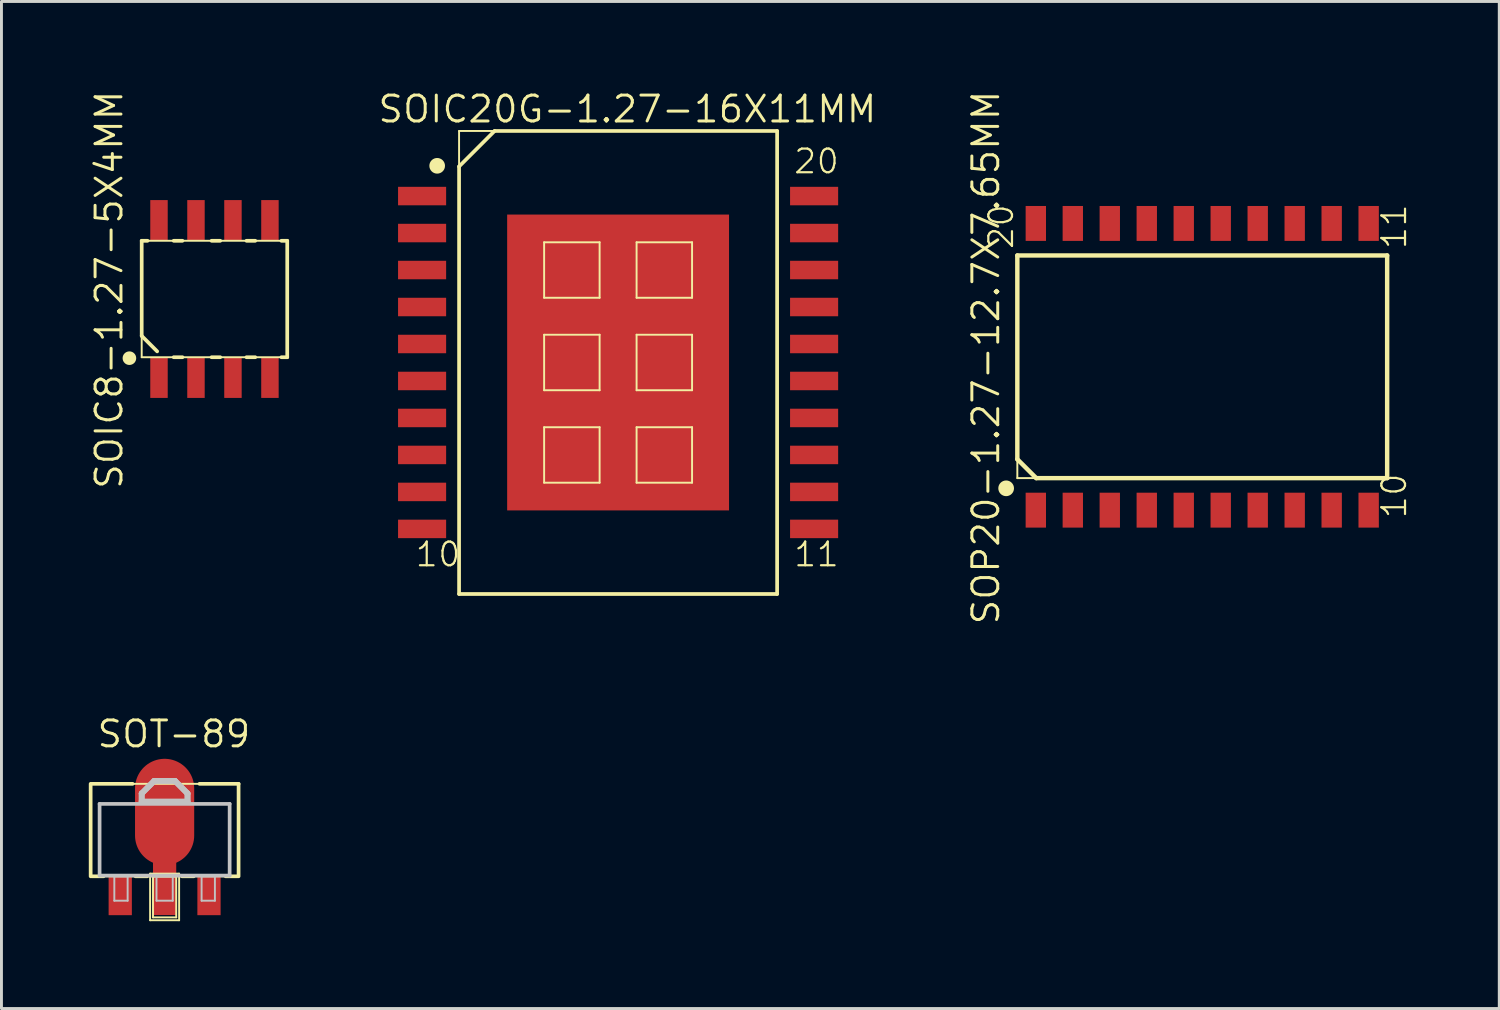
<source format=kicad_pcb>
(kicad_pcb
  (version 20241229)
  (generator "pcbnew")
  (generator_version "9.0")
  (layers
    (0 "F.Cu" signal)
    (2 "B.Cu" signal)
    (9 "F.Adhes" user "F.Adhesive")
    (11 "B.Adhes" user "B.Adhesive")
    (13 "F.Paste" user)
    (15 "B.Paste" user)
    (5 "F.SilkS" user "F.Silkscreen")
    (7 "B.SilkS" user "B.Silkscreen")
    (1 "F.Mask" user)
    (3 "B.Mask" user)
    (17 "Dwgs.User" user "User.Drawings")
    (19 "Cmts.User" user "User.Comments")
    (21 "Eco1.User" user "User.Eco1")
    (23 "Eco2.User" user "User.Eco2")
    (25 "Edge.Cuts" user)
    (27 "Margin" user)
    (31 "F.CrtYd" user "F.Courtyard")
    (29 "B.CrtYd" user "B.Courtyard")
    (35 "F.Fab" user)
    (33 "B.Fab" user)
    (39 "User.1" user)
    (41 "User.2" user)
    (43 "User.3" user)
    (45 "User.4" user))
  (footprint "SOIC8-1.27-5X4MM"
    (layer "F.Cu")
    (at 4.315 7.218)
    (property "Reference" "SOIC8-1.27-5X4MM" (at -3.617 -0.318 90) (layer "F.SilkS") (effects (font (size 0.889 0.889) (thickness 0.102))))
    (attr smd)
    (fp_line (start -2.499 -1.999) (end -2.299 -1.999) (stroke (width 0.127) (type solid)) (layer "F.SilkS"))
    (fp_line (start -2.499 -1.999) (end 2.499 -1.999) (stroke (width 0.066) (type solid)) (layer "F.SilkS"))
    (fp_line (start -2.499 1.267) (end -2.499 -1.999) (stroke (width 0.127) (type solid)) (layer "F.SilkS"))
    (fp_line (start -2.499 1.999) (end -2.499 -1.999) (stroke (width 0.066) (type solid)) (layer "F.SilkS"))
    (fp_line (start -2.499 1.999) (end 2.499 1.999) (stroke (width 0.066) (type solid)) (layer "F.SilkS"))
    (fp_line (start -1.968 1.798) (end -2.499 1.267) (stroke (width 0.127) (type solid)) (layer "F.SilkS"))
    (fp_line (start -1.4 -1.999) (end -1.1 -1.999) (stroke (width 0.127) (type solid)) (layer "F.SilkS"))
    (fp_line (start -1.4 1.999) (end -1.1 1.999) (stroke (width 0.127) (type solid)) (layer "F.SilkS"))
    (fp_line (start -0.099 -1.999) (end 0.198 -1.999) (stroke (width 0.127) (type solid)) (layer "F.SilkS"))
    (fp_line (start -0.099 1.999) (end 0.198 1.999) (stroke (width 0.127) (type solid)) (layer "F.SilkS"))
    (fp_line (start 1.1 -1.999) (end 1.4 -1.999) (stroke (width 0.127) (type solid)) (layer "F.SilkS"))
    (fp_line (start 1.1 1.999) (end 1.4 1.999) (stroke (width 0.127) (type solid)) (layer "F.SilkS"))
    (fp_line (start 2.299 -1.999) (end 2.499 -1.999) (stroke (width 0.127) (type solid)) (layer "F.SilkS"))
    (fp_line (start 2.299 1.999) (end 2.499 1.999) (stroke (width 0.127) (type solid)) (layer "F.SilkS"))
    (fp_line (start 2.499 -1.999) (end 2.499 1.999) (stroke (width 0.127) (type solid)) (layer "F.SilkS"))
    (fp_line (start 2.499 1.999) (end 2.499 -1.999) (stroke (width 0.066) (type solid)) (layer "F.SilkS"))
    (fp_circle (center -2.921 2.032) (end -3.086 2.197) (stroke (width 0) (type solid)) (fill yes) (layer "F.SilkS"))
    (pad "1" smd rect (at -1.905 2.697 90) (size 1.4 0.599) (layers "F.Cu" "F.Mask" "F.Paste"))
    (pad "2" smd rect (at -0.635 2.697 90) (size 1.4 0.599) (layers "F.Cu" "F.Mask" "F.Paste"))
    (pad "3" smd rect (at 0.635 2.697 90) (size 1.4 0.599) (layers "F.Cu" "F.Mask" "F.Paste"))
    (pad "4" smd rect (at 1.905 2.697 90) (size 1.4 0.599) (layers "F.Cu" "F.Mask" "F.Paste"))
    (pad "5" smd rect (at 1.905 -2.697 90) (size 1.4 0.599) (layers "F.Cu" "F.Mask" "F.Paste"))
    (pad "6" smd rect (at 0.635 -2.697 90) (size 1.4 0.599) (layers "F.Cu" "F.Mask" "F.Paste"))
    (pad "7" smd rect (at -0.635 -2.697 90) (size 1.4 0.599) (layers "F.Cu" "F.Mask" "F.Paste"))
    (pad "8" smd rect (at -1.905 -2.697 90) (size 1.4 0.599) (layers "F.Cu" "F.Mask" "F.Paste")))
  (footprint "SOIC20G-1.27-16X11MM"
    (layer "F.Cu")
    (at 18.176 9.398)
    (property "Reference" "SOIC20G-1.27-16X11MM" (at 0.318 -8.7 0) (layer "F.SilkS") (effects (font (size 0.889 0.889) (thickness 0.102))))
    (attr smd)
    (fp_line (start -5.461 -7.95) (end 5.461 -7.95) (stroke (width 0.066) (type solid)) (layer "F.SilkS"))
    (fp_line (start -5.461 -6.731) (end -5.461 7.95) (stroke (width 0.127) (type solid)) (layer "F.SilkS"))
    (fp_line (start -5.461 -6.731) (end -4.242 -7.95) (stroke (width 0.127) (type solid)) (layer "F.SilkS"))
    (fp_line (start -5.461 7.95) (end -5.461 -7.95) (stroke (width 0.066) (type solid)) (layer "F.SilkS"))
    (fp_line (start -5.461 7.95) (end 5.461 7.95) (stroke (width 0.066) (type solid)) (layer "F.SilkS"))
    (fp_line (start -5.461 7.95) (end 5.461 7.95) (stroke (width 0.127) (type solid)) (layer "F.SilkS"))
    (fp_line (start -2.54 -4.128) (end -0.635 -4.128) (stroke (width 0.066) (type solid)) (layer "F.SilkS"))
    (fp_line (start -2.54 -2.223) (end -2.54 -4.128) (stroke (width 0.066) (type solid)) (layer "F.SilkS"))
    (fp_line (start -2.54 -2.223) (end -0.635 -2.223) (stroke (width 0.066) (type solid)) (layer "F.SilkS"))
    (fp_line (start -2.54 -0.953) (end -0.635 -0.953) (stroke (width 0.066) (type solid)) (layer "F.SilkS"))
    (fp_line (start -2.54 0.953) (end -2.54 -0.953) (stroke (width 0.066) (type solid)) (layer "F.SilkS"))
    (fp_line (start -2.54 0.953) (end -0.635 0.953) (stroke (width 0.066) (type solid)) (layer "F.SilkS"))
    (fp_line (start -2.54 2.223) (end -0.635 2.223) (stroke (width 0.066) (type solid)) (layer "F.SilkS"))
    (fp_line (start -2.54 4.128) (end -2.54 2.223) (stroke (width 0.066) (type solid)) (layer "F.SilkS"))
    (fp_line (start -2.54 4.128) (end -0.635 4.128) (stroke (width 0.066) (type solid)) (layer "F.SilkS"))
    (fp_line (start -0.635 -2.223) (end -0.635 -4.128) (stroke (width 0.066) (type solid)) (layer "F.SilkS"))
    (fp_line (start -0.635 0.953) (end -0.635 -0.953) (stroke (width 0.066) (type solid)) (layer "F.SilkS"))
    (fp_line (start -0.635 4.128) (end -0.635 2.223) (stroke (width 0.066) (type solid)) (layer "F.SilkS"))
    (fp_line (start 0.635 -4.128) (end 2.54 -4.128) (stroke (width 0.066) (type solid)) (layer "F.SilkS"))
    (fp_line (start 0.635 -2.223) (end 0.635 -4.128) (stroke (width 0.066) (type solid)) (layer "F.SilkS"))
    (fp_line (start 0.635 -2.223) (end 2.54 -2.223) (stroke (width 0.066) (type solid)) (layer "F.SilkS"))
    (fp_line (start 0.635 -0.953) (end 2.54 -0.953) (stroke (width 0.066) (type solid)) (layer "F.SilkS"))
    (fp_line (start 0.635 0.953) (end 0.635 -0.953) (stroke (width 0.066) (type solid)) (layer "F.SilkS"))
    (fp_line (start 0.635 0.953) (end 2.54 0.953) (stroke (width 0.066) (type solid)) (layer "F.SilkS"))
    (fp_line (start 0.635 2.223) (end 2.54 2.223) (stroke (width 0.066) (type solid)) (layer "F.SilkS"))
    (fp_line (start 0.635 4.128) (end 0.635 2.223) (stroke (width 0.066) (type solid)) (layer "F.SilkS"))
    (fp_line (start 0.635 4.128) (end 2.54 4.128) (stroke (width 0.066) (type solid)) (layer "F.SilkS"))
    (fp_line (start 2.54 -2.223) (end 2.54 -4.128) (stroke (width 0.066) (type solid)) (layer "F.SilkS"))
    (fp_line (start 2.54 0.953) (end 2.54 -0.953) (stroke (width 0.066) (type solid)) (layer "F.SilkS"))
    (fp_line (start 2.54 4.128) (end 2.54 2.223) (stroke (width 0.066) (type solid)) (layer "F.SilkS"))
    (fp_line (start 5.461 -7.95) (end -4.242 -7.95) (stroke (width 0.127) (type solid)) (layer "F.SilkS"))
    (fp_line (start 5.461 -7.95) (end 5.461 7.95) (stroke (width 0.127) (type solid)) (layer "F.SilkS"))
    (fp_line (start 5.461 7.95) (end 5.461 -7.95) (stroke (width 0.066) (type solid)) (layer "F.SilkS"))
    (fp_circle (center -6.213 -6.754) (end -6.403 -6.944) (stroke (width 0) (type solid)) (fill yes) (layer "F.SilkS"))
    (fp_text user "11" (at 6.812 6.591 0) (layer "F.SilkS") (effects (font (size 0.813 0.813) (thickness 0.076))))
    (fp_text user "20" (at 6.812 -6.906 0) (layer "F.SilkS") (effects (font (size 0.813 0.813) (thickness 0.076))))
    (fp_text user "10" (at -6.185 6.591 0) (layer "F.SilkS") (effects (font (size 0.813 0.813) (thickness 0.076))))
    (pad "1" smd rect (at -6.731 -5.715) (size 1.651 0.635) (layers "F.Cu" "F.Mask" "F.Paste"))
    (pad "2" smd rect (at -6.731 -4.445) (size 1.651 0.635) (layers "F.Cu" "F.Mask" "F.Paste"))
    (pad "3" smd rect (at -6.731 -3.175) (size 1.651 0.635) (layers "F.Cu" "F.Mask" "F.Paste"))
    (pad "4" smd rect (at -6.731 -1.905) (size 1.651 0.635) (layers "F.Cu" "F.Mask" "F.Paste"))
    (pad "5" smd rect (at -6.731 -0.635) (size 1.651 0.635) (layers "F.Cu" "F.Mask" "F.Paste"))
    (pad "6" smd rect (at -6.731 0.635) (size 1.651 0.635) (layers "F.Cu" "F.Mask" "F.Paste"))
    (pad "7" smd rect (at -6.731 1.905) (size 1.651 0.635) (layers "F.Cu" "F.Mask" "F.Paste"))
    (pad "8" smd rect (at -6.731 3.175) (size 1.651 0.635) (layers "F.Cu" "F.Mask" "F.Paste"))
    (pad "9" smd rect (at -6.731 4.445) (size 1.651 0.635) (layers "F.Cu" "F.Mask" "F.Paste"))
    (pad "10" smd rect (at -6.731 5.715) (size 1.651 0.635) (layers "F.Cu" "F.Mask" "F.Paste"))
    (pad "11" smd rect (at 6.731 5.715) (size 1.651 0.635) (layers "F.Cu" "F.Mask" "F.Paste"))
    (pad "12" smd rect (at 6.731 4.445) (size 1.651 0.635) (layers "F.Cu" "F.Mask" "F.Paste"))
    (pad "13" smd rect (at 6.731 3.175) (size 1.651 0.635) (layers "F.Cu" "F.Mask" "F.Paste"))
    (pad "14" smd rect (at 6.731 1.905) (size 1.651 0.635) (layers "F.Cu" "F.Mask" "F.Paste"))
    (pad "15" smd rect (at 6.731 0.635) (size 1.651 0.635) (layers "F.Cu" "F.Mask" "F.Paste"))
    (pad "16" smd rect (at 6.731 -0.635) (size 1.651 0.635) (layers "F.Cu" "F.Mask" "F.Paste"))
    (pad "17" smd rect (at 6.731 -1.905) (size 1.651 0.635) (layers "F.Cu" "F.Mask" "F.Paste"))
    (pad "18" smd rect (at 6.731 -3.175) (size 1.651 0.635) (layers "F.Cu" "F.Mask" "F.Paste"))
    (pad "19" smd rect (at 6.731 -4.445) (size 1.651 0.635) (layers "F.Cu" "F.Mask" "F.Paste"))
    (pad "20" smd rect (at 6.731 -5.715) (size 1.651 0.635) (layers "F.Cu" "F.Mask" "F.Paste"))
    (pad "THER" smd rect (at 0 0 90) (size 10.16 7.62) (layers "F.Cu" "F.Mask" "F.Paste")))
  (footprint "SOP20-1.27-12.7X7.65MM"
    (layer "F.Cu")
    (at 38.236 9.546)
    (property "Reference" "SOP20-1.27-12.7X7.65MM" (at -7.429 -0.318 90) (layer "F.SilkS") (effects (font (size 0.889 0.889) (thickness 0.102))))
    (attr smd)
    (fp_line (start -6.35 -3.823) (end -6.35 3.175) (stroke (width 0.152) (type solid)) (layer "F.SilkS"))
    (fp_line (start -6.35 -3.823) (end 6.35 -3.823) (stroke (width 0.066) (type solid)) (layer "F.SilkS"))
    (fp_line (start -6.35 3.175) (end -5.7 3.823) (stroke (width 0.152) (type solid)) (layer "F.SilkS"))
    (fp_line (start -6.35 3.823) (end -6.35 -3.823) (stroke (width 0.066) (type solid)) (layer "F.SilkS"))
    (fp_line (start -6.35 3.823) (end 6.35 3.823) (stroke (width 0.066) (type solid)) (layer "F.SilkS"))
    (fp_line (start -5.7 3.823) (end 6.35 3.823) (stroke (width 0.152) (type solid)) (layer "F.SilkS"))
    (fp_line (start 6.35 -3.823) (end -6.35 -3.823) (stroke (width 0.152) (type solid)) (layer "F.SilkS"))
    (fp_line (start 6.35 3.823) (end 6.35 -3.823) (stroke (width 0.066) (type solid)) (layer "F.SilkS"))
    (fp_line (start 6.35 3.823) (end 6.35 -3.823) (stroke (width 0.152) (type solid)) (layer "F.SilkS"))
    (fp_circle (center -6.734 4.173) (end -6.924 4.364) (stroke (width 0) (type solid)) (fill yes) (layer "F.SilkS"))
    (fp_text user "20" (at -6.906 -4.811 90) (layer "F.SilkS") (effects (font (size 0.813 0.813) (thickness 0.076))))
    (fp_text user "11" (at 6.591 -4.811 90) (layer "F.SilkS") (effects (font (size 0.813 0.813) (thickness 0.076))))
    (fp_text user "10" (at 6.591 4.435 90) (layer "F.SilkS") (effects (font (size 0.813 0.813) (thickness 0.076))))
    (pad "1" smd rect (at -5.715 4.923) (size 0.699 1.199) (layers "F.Cu" "F.Mask" "F.Paste"))
    (pad "2" smd rect (at -4.445 4.923) (size 0.699 1.199) (layers "F.Cu" "F.Mask" "F.Paste"))
    (pad "3" smd rect (at -3.175 4.923) (size 0.699 1.199) (layers "F.Cu" "F.Mask" "F.Paste"))
    (pad "4" smd rect (at -1.905 4.923) (size 0.699 1.199) (layers "F.Cu" "F.Mask" "F.Paste"))
    (pad "5" smd rect (at -0.635 4.923) (size 0.699 1.199) (layers "F.Cu" "F.Mask" "F.Paste"))
    (pad "6" smd rect (at 0.635 4.923) (size 0.699 1.199) (layers "F.Cu" "F.Mask" "F.Paste"))
    (pad "7" smd rect (at 1.905 4.923) (size 0.699 1.199) (layers "F.Cu" "F.Mask" "F.Paste"))
    (pad "8" smd rect (at 3.175 4.923) (size 0.699 1.199) (layers "F.Cu" "F.Mask" "F.Paste"))
    (pad "9" smd rect (at 4.445 4.923) (size 0.699 1.199) (layers "F.Cu" "F.Mask" "F.Paste"))
    (pad "10" smd rect (at 5.715 4.923) (size 0.699 1.199) (layers "F.Cu" "F.Mask" "F.Paste"))
    (pad "11" smd rect (at 5.715 -4.923) (size 0.699 1.199) (layers "F.Cu" "F.Mask" "F.Paste"))
    (pad "12" smd rect (at 4.445 -4.923) (size 0.699 1.199) (layers "F.Cu" "F.Mask" "F.Paste"))
    (pad "13" smd rect (at 3.175 -4.923) (size 0.699 1.199) (layers "F.Cu" "F.Mask" "F.Paste"))
    (pad "14" smd rect (at 1.905 -4.923) (size 0.699 1.199) (layers "F.Cu" "F.Mask" "F.Paste"))
    (pad "15" smd rect (at 0.635 -4.923) (size 0.699 1.199) (layers "F.Cu" "F.Mask" "F.Paste"))
    (pad "16" smd rect (at -0.635 -4.923) (size 0.699 1.199) (layers "F.Cu" "F.Mask" "F.Paste"))
    (pad "17" smd rect (at -1.905 -4.923) (size 0.699 1.199) (layers "F.Cu" "F.Mask" "F.Paste"))
    (pad "18" smd rect (at -3.175 -4.923) (size 0.699 1.199) (layers "F.Cu" "F.Mask" "F.Paste"))
    (pad "19" smd rect (at -4.445 -4.923) (size 0.699 1.199) (layers "F.Cu" "F.Mask" "F.Paste"))
    (pad "20" smd rect (at -5.715 -4.923) (size 0.699 1.199) (layers "F.Cu" "F.Mask" "F.Paste")))
  (footprint "SOT-89"
    (layer "F.Cu")
    (at 2.603 25.773)
    (property "Reference" "SOT-89" (at 0.318 -3.617 0) (layer "F.SilkS") (effects (font (size 0.889 0.889) (thickness 0.102))))
    (attr smd)
    (fp_line (start -2.54 -1.905) (end 2.54 -1.905) (stroke (width 0.066) (type solid)) (layer "F.SilkS"))
    (fp_line (start -2.54 1.27) (end -2.54 -1.905) (stroke (width 0.066) (type solid)) (layer "F.SilkS"))
    (fp_line (start -2.54 1.27) (end -2.54 -1.905) (stroke (width 0.127) (type solid)) (layer "F.SilkS"))
    (fp_line (start -2.54 1.27) (end 2.54 1.27) (stroke (width 0.066) (type solid)) (layer "F.SilkS"))
    (fp_line (start -2.098 1.27) (end -2.499 1.27) (stroke (width 0.127) (type solid)) (layer "F.SilkS"))
    (fp_line (start -1.1 -1.905) (end -2.499 -1.905) (stroke (width 0.127) (type solid)) (layer "F.SilkS"))
    (fp_line (start -0.599 1.27) (end -0.998 1.27) (stroke (width 0.127) (type solid)) (layer "F.SilkS"))
    (fp_line (start -0.498 1.179) (end 0.498 1.179) (stroke (width 0.066) (type solid)) (layer "F.SilkS"))
    (fp_line (start -0.498 2.779) (end -0.498 1.179) (stroke (width 0.066) (type solid)) (layer "F.SilkS"))
    (fp_line (start -0.498 2.779) (end 0.498 2.779) (stroke (width 0.066) (type solid)) (layer "F.SilkS"))
    (fp_line (start -0.399 1.278) (end 0.399 1.278) (stroke (width 0.066) (type solid)) (layer "F.SilkS"))
    (fp_line (start -0.399 2.68) (end -0.399 1.278) (stroke (width 0.066) (type solid)) (layer "F.SilkS"))
    (fp_line (start -0.399 2.68) (end 0.399 2.68) (stroke (width 0.066) (type solid)) (layer "F.SilkS"))
    (fp_line (start 0.399 2.68) (end 0.399 1.278) (stroke (width 0.066) (type solid)) (layer "F.SilkS"))
    (fp_line (start 0.498 2.779) (end 0.498 1.179) (stroke (width 0.066) (type solid)) (layer "F.SilkS"))
    (fp_line (start 0.998 1.27) (end 0.599 1.27) (stroke (width 0.127) (type solid)) (layer "F.SilkS"))
    (fp_line (start 2.499 1.27) (end 2.098 1.27) (stroke (width 0.127) (type solid)) (layer "F.SilkS"))
    (fp_line (start 2.54 -1.905) (end 1.199 -1.905) (stroke (width 0.127) (type solid)) (layer "F.SilkS"))
    (fp_line (start 2.54 -1.905) (end 2.54 1.27) (stroke (width 0.127) (type solid)) (layer "F.SilkS"))
    (fp_line (start 2.54 1.27) (end 2.54 -1.905) (stroke (width 0.066) (type solid)) (layer "F.SilkS"))
    (fp_line (start -2.233 -1.217) (end 2.233 -1.217) (stroke (width 0.127) (type solid)) (layer "Dwgs.User"))
    (fp_line (start -2.233 1.245) (end -2.233 -1.217) (stroke (width 0.127) (type solid)) (layer "Dwgs.User"))
    (fp_line (start -1.727 1.27) (end -1.27 1.27) (stroke (width 0.066) (type solid)) (layer "Dwgs.User"))
    (fp_line (start -1.727 2.108) (end -1.727 1.27) (stroke (width 0.066) (type solid)) (layer "Dwgs.User"))
    (fp_line (start -1.727 2.108) (end -1.27 2.108) (stroke (width 0.066) (type solid)) (layer "Dwgs.User"))
    (fp_line (start -1.27 2.108) (end -1.27 1.27) (stroke (width 0.066) (type solid)) (layer "Dwgs.User"))
    (fp_line (start -0.787 -1.575) (end -0.356 -2.007) (stroke (width 0.198) (type solid)) (layer "Dwgs.User"))
    (fp_line (start -0.787 -1.575) (end -0.356 -2.007) (stroke (width 0.198) (type solid)) (layer "Dwgs.User"))
    (fp_line (start -0.787 -1.321) (end -0.787 -1.575) (stroke (width 0.198) (type solid)) (layer "Dwgs.User"))
    (fp_line (start -0.787 -1.293) (end -0.787 -1.575) (stroke (width 0.198) (type solid)) (layer "Dwgs.User"))
    (fp_line (start -0.787 -1.293) (end -0.787 -1.321) (stroke (width 0.198) (type solid)) (layer "Dwgs.User"))
    (fp_line (start -0.356 -2.007) (end 0.356 -2.007) (stroke (width 0.198) (type solid)) (layer "Dwgs.User"))
    (fp_line (start -0.356 -2.007) (end 0.356 -2.007) (stroke (width 0.198) (type solid)) (layer "Dwgs.User"))
    (fp_line (start -0.279 1.27) (end 0.279 1.27) (stroke (width 0.066) (type solid)) (layer "Dwgs.User"))
    (fp_line (start -0.279 2.108) (end -0.279 1.27) (stroke (width 0.066) (type solid)) (layer "Dwgs.User"))
    (fp_line (start -0.279 2.108) (end 0.279 2.108) (stroke (width 0.066) (type solid)) (layer "Dwgs.User"))
    (fp_line (start 0.279 2.108) (end 0.279 1.27) (stroke (width 0.066) (type solid)) (layer "Dwgs.User"))
    (fp_line (start 0.356 -2.007) (end 0.787 -1.575) (stroke (width 0.198) (type solid)) (layer "Dwgs.User"))
    (fp_line (start 0.356 -2.007) (end 0.787 -1.575) (stroke (width 0.198) (type solid)) (layer "Dwgs.User"))
    (fp_line (start 0.787 -1.575) (end 0.787 -1.293) (stroke (width 0.198) (type solid)) (layer "Dwgs.User"))
    (fp_line (start 0.787 -1.575) (end 0.787 -1.293) (stroke (width 0.198) (type solid)) (layer "Dwgs.User"))
    (fp_line (start 0.787 -1.293) (end -0.787 -1.293) (stroke (width 0.198) (type solid)) (layer "Dwgs.User"))
    (fp_line (start 0.787 -1.293) (end -0.787 -1.293) (stroke (width 0.198) (type solid)) (layer "Dwgs.User"))
    (fp_line (start 1.27 1.27) (end 1.727 1.27) (stroke (width 0.066) (type solid)) (layer "Dwgs.User"))
    (fp_line (start 1.27 2.108) (end 1.27 1.27) (stroke (width 0.066) (type solid)) (layer "Dwgs.User"))
    (fp_line (start 1.27 2.108) (end 1.727 2.108) (stroke (width 0.066) (type solid)) (layer "Dwgs.User"))
    (fp_line (start 1.727 2.108) (end 1.727 1.27) (stroke (width 0.066) (type solid)) (layer "Dwgs.User"))
    (fp_line (start 2.233 -1.217) (end 2.233 1.245) (stroke (width 0.127) (type solid)) (layer "Dwgs.User"))
    (fp_line (start 2.233 1.245) (end -2.233 1.245) (stroke (width 0.127) (type solid)) (layer "Dwgs.User"))
    (pad "1" smd rect (at -1.524 1.905) (size 0.798 1.4) (layers "F.Cu" "F.Mask" "F.Paste"))
    (pad "2" smd rect (at 0 1.651) (size 0.798 1.9) (layers "F.Cu" "F.Mask" "F.Paste"))
    (pad "3" smd rect (at 1.524 1.905) (size 0.798 1.4) (layers "F.Cu" "F.Mask" "F.Paste"))
    (pad "4" smd oval (at 0 -0.94) (size 2.032 3.65) (layers "F.Cu" "F.Mask" "F.Paste")))
  (gr_rect
    (start -3 -3)
    (end 48.436 31.584)
    (stroke (width 0.1) (type default))
    (fill no)
    (layer "Edge.Cuts")))
</source>
